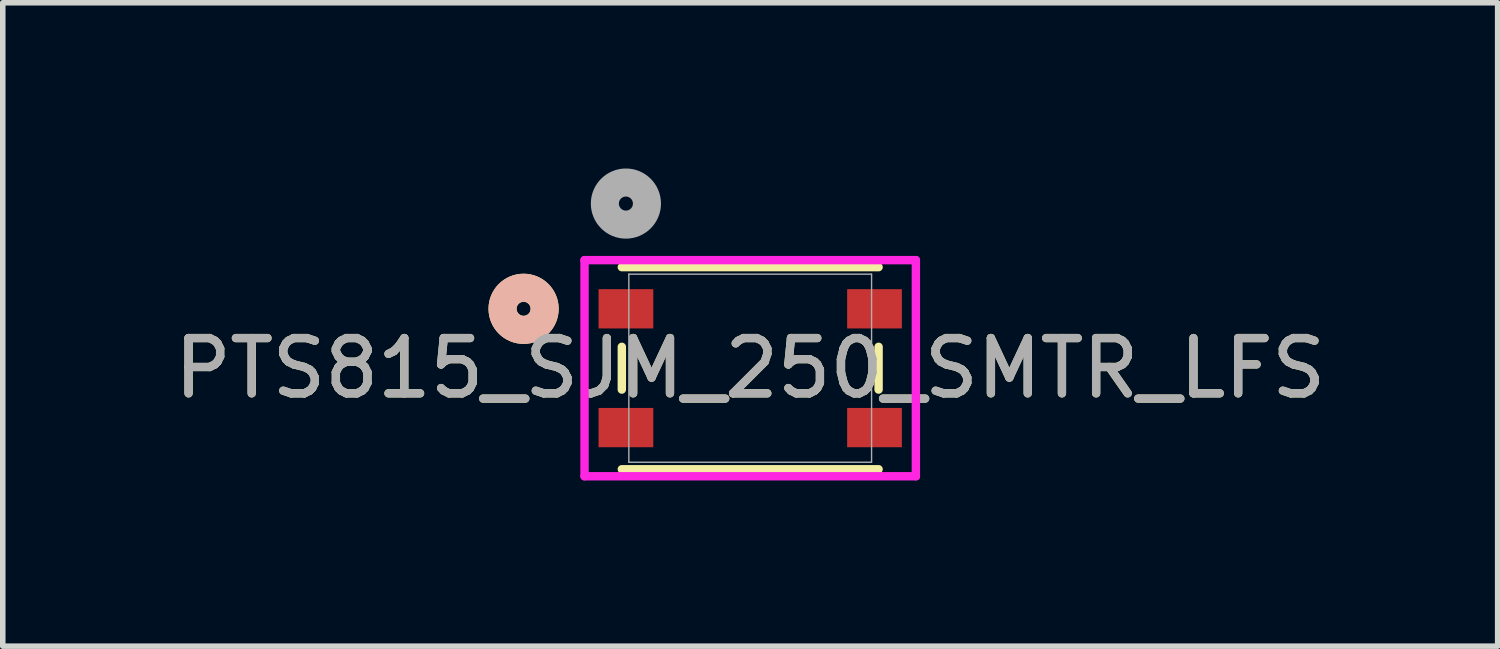
<source format=kicad_pcb>
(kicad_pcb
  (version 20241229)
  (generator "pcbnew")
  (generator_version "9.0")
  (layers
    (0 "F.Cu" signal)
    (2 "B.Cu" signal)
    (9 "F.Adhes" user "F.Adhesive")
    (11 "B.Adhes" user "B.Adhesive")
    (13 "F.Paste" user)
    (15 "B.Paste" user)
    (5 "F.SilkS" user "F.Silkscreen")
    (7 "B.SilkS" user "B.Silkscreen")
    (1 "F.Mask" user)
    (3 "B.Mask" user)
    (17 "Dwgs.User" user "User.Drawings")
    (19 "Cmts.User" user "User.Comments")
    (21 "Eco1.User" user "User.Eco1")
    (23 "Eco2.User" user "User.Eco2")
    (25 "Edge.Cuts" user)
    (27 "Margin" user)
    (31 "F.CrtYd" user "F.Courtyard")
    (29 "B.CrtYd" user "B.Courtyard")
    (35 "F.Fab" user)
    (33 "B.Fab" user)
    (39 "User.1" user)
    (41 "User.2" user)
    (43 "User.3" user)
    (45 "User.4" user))
  (footprint "PTS815_SJM_250_SMTR_LFS"
    (layer "F.Cu")
    (at 10.53 3.615)
    (property "Reference" "PTS815_SJM_250_SMTR_LFS" (at 0 0 0) (unlocked yes) (layer "F.SilkS") (effects (font (size 1 1) (thickness 0.15))))
    (attr smd)
    (fp_line (start -2.324 -0.387) (end -2.324 0.387) (stroke (width 0.152) (type solid)) (layer "F.SilkS"))
    (fp_line (start -2.324 1.829) (end 2.324 1.829) (stroke (width 0.152) (type solid)) (layer "F.SilkS"))
    (fp_line (start 2.324 -1.829) (end -2.324 -1.829) (stroke (width 0.152) (type solid)) (layer "F.SilkS"))
    (fp_line (start 2.324 0.387) (end 2.324 -0.387) (stroke (width 0.152) (type solid)) (layer "F.SilkS"))
    (fp_circle (center -4.102 -1.075) (end -3.721 -1.075) (stroke (width 0.508) (type solid)) (fill no) (layer "F.SilkS"))
    (fp_circle (center -4.102 -1.075) (end -3.721 -1.075) (stroke (width 0.508) (type solid)) (fill no) (layer "B.SilkS"))
    (fp_line (start -2.999 -1.956) (end -2.999 1.956) (stroke (width 0.152) (type solid)) (layer "F.CrtYd"))
    (fp_line (start -2.999 1.956) (end 2.999 1.956) (stroke (width 0.152) (type solid)) (layer "F.CrtYd"))
    (fp_line (start 2.999 -1.956) (end -2.999 -1.956) (stroke (width 0.152) (type solid)) (layer "F.CrtYd"))
    (fp_line (start 2.999 1.956) (end 2.999 -1.956) (stroke (width 0.152) (type solid)) (layer "F.CrtYd"))
    (fp_line (start -2.197 -1.702) (end -2.197 1.702) (stroke (width 0.025) (type solid)) (layer "F.Fab"))
    (fp_line (start -2.197 1.702) (end 2.197 1.702) (stroke (width 0.025) (type solid)) (layer "F.Fab"))
    (fp_line (start 2.197 -1.702) (end -2.197 -1.702) (stroke (width 0.025) (type solid)) (layer "F.Fab"))
    (fp_line (start 2.197 1.702) (end 2.197 -1.702) (stroke (width 0.025) (type solid)) (layer "F.Fab"))
    (fp_circle (center -2.25 -2.98) (end -1.869 -2.98) (stroke (width 0.508) (type solid)) (fill no) (layer "F.Fab"))
    (fp_text user "${REFERENCE}" (at 0 0 0) (unlocked yes) (layer "F.Fab") (effects (font (size 1 1) (thickness 0.15))))
    (pad "1" smd rect (at -2.25 -1.075) (size 0.991 0.711) (layers "F.Cu" "F.Mask" "F.Paste"))
    (pad "2" smd rect (at 2.25 -1.075) (size 0.991 0.711) (layers "F.Cu" "F.Mask" "F.Paste"))
    (pad "3" smd rect (at -2.25 1.075) (size 0.991 0.711) (layers "F.Cu" "F.Mask" "F.Paste"))
    (pad "4" smd rect (at 2.25 1.075) (size 0.991 0.711) (layers "F.Cu" "F.Mask" "F.Paste")))
  (gr_rect
    (start -3 -3)
    (end 24.06 8.647)
    (stroke (width 0.1) (type default))
    (fill no)
    (layer "Edge.Cuts")))
</source>
